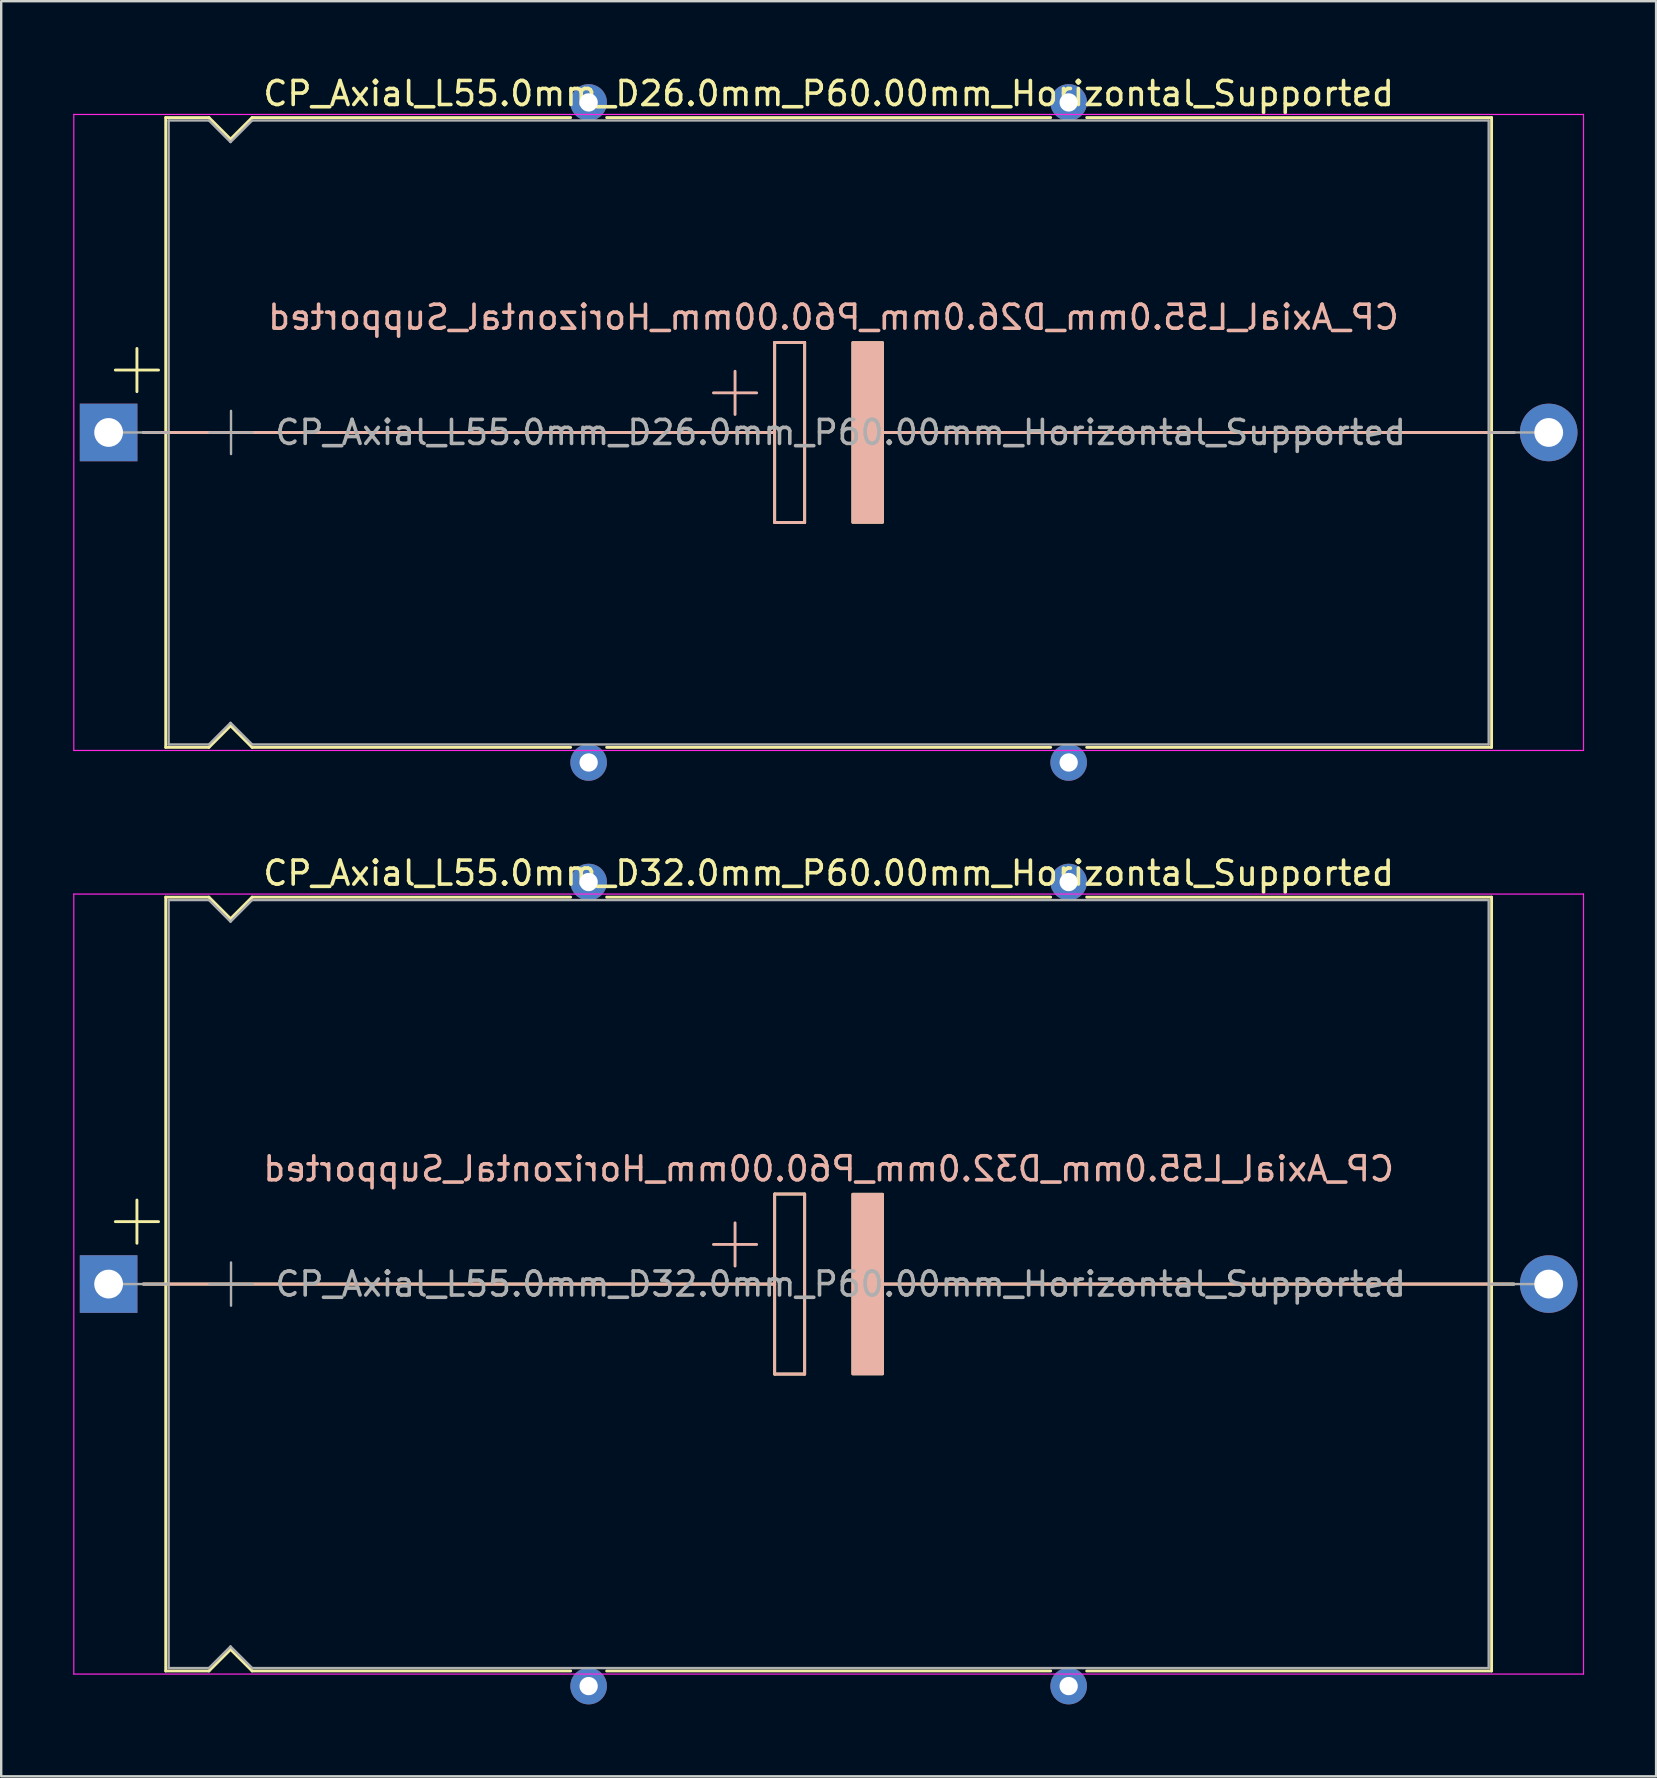
<source format=kicad_pcb>
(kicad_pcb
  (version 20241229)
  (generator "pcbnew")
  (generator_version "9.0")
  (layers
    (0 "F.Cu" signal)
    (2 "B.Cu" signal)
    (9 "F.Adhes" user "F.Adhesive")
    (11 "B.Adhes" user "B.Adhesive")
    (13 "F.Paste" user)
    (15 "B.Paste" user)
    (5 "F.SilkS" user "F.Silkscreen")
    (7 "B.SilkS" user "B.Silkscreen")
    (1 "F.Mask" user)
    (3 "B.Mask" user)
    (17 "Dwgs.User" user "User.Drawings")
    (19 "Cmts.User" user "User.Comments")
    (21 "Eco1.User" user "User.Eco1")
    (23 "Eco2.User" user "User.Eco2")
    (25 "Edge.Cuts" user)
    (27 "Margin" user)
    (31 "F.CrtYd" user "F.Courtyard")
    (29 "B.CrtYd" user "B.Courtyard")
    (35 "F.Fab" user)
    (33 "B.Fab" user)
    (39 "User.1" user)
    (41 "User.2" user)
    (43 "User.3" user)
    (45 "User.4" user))
  (footprint "CP_Axial_L55.0mm_D32.0mm_P60.00mm_Horizontal_Supported"
    (layer "F.Cu")
    (at 1.475 50.449)
    (property "Reference" "CP_Axial_L55.0mm_D32.0mm_P60.00mm_Horizontal_Supported" (at 30 -17.12 0) (layer "F.SilkS") (effects (font (size 1 1) (thickness 0.15))))
    (fp_line (start 0.28 -2.6) (end 2.08 -2.6) (stroke (width 0.12) (type solid)) (layer "F.SilkS"))
    (fp_line (start 1.18 -3.5) (end 1.18 -1.7) (stroke (width 0.12) (type solid)) (layer "F.SilkS"))
    (fp_line (start 1.44 0) (end 2.38 0) (stroke (width 0.12) (type solid)) (layer "F.SilkS"))
    (fp_line (start 2.38 -16.12) (end 2.38 16.12) (stroke (width 0.12) (type solid)) (layer "F.SilkS"))
    (fp_line (start 2.38 -16.12) (end 4.18 -16.12) (stroke (width 0.12) (type solid)) (layer "F.SilkS"))
    (fp_line (start 2.38 0) (end 27.75 0) (stroke (width 0.12) (type solid)) (layer "F.SilkS"))
    (fp_line (start 2.38 16.12) (end 4.18 16.12) (stroke (width 0.12) (type solid)) (layer "F.SilkS"))
    (fp_line (start 4.18 -16.12) (end 5.08 -15.22) (stroke (width 0.12) (type solid)) (layer "F.SilkS"))
    (fp_line (start 4.18 16.12) (end 5.08 15.22) (stroke (width 0.12) (type solid)) (layer "F.SilkS"))
    (fp_line (start 5.08 -15.22) (end 5.98 -16.12) (stroke (width 0.12) (type solid)) (layer "F.SilkS"))
    (fp_line (start 5.08 15.22) (end 5.98 16.12) (stroke (width 0.12) (type solid)) (layer "F.SilkS"))
    (fp_line (start 5.98 -16.12) (end 19.25 -16.12) (stroke (width 0.12) (type solid)) (layer "F.SilkS"))
    (fp_line (start 5.98 16.12) (end 19.25 16.12) (stroke (width 0.12) (type solid)) (layer "F.SilkS"))
    (fp_line (start 20.75 -16.12) (end 39.25 -16.12) (stroke (width 0.12) (type solid)) (layer "F.SilkS"))
    (fp_line (start 20.75 16.12) (end 39.25 16.12) (stroke (width 0.12) (type solid)) (layer "F.SilkS"))
    (fp_line (start 27.75 -3.75) (end 29 -3.75) (stroke (width 0.12) (type solid)) (layer "F.SilkS"))
    (fp_line (start 27.75 0) (end 27.75 -3.75) (stroke (width 0.12) (type solid)) (layer "F.SilkS"))
    (fp_line (start 27.75 3.75) (end 27.75 0) (stroke (width 0.12) (type solid)) (layer "F.SilkS"))
    (fp_line (start 29 -3.75) (end 29 3.75) (stroke (width 0.12) (type solid)) (layer "F.SilkS"))
    (fp_line (start 29 3.75) (end 27.75 3.75) (stroke (width 0.12) (type solid)) (layer "F.SilkS"))
    (fp_line (start 31.75 0) (end 57.62 0) (stroke (width 0.12) (type solid)) (layer "F.SilkS"))
    (fp_line (start 40.75 -16.12) (end 57.62 -16.12) (stroke (width 0.12) (type solid)) (layer "F.SilkS"))
    (fp_line (start 40.75 16.12) (end 57.62 16.12) (stroke (width 0.12) (type solid)) (layer "F.SilkS"))
    (fp_line (start 57.62 -16.12) (end 57.62 16.12) (stroke (width 0.12) (type solid)) (layer "F.SilkS"))
    (fp_line (start 58.56 0) (end 57.62 0) (stroke (width 0.12) (type solid)) (layer "F.SilkS"))
    (fp_poly (pts (xy 32.25 3.75) (xy 31 3.75) (xy 31 -3.75) (xy 32.25 -3.75)) (stroke (width 0.1) (type solid)) (fill yes) (layer "F.SilkS"))
    (fp_line (start 1.45 0) (end 20.88 0) (stroke (width 0.12) (type solid)) (layer "B.SilkS"))
    (fp_line (start 20.88 0) (end 27.75 0) (stroke (width 0.12) (type solid)) (layer "B.SilkS"))
    (fp_line (start 26.1 -2.55) (end 26.1 -0.75) (stroke (width 0.12) (type solid)) (layer "B.SilkS"))
    (fp_line (start 27 -1.65) (end 25.2 -1.65) (stroke (width 0.12) (type solid)) (layer "B.SilkS"))
    (fp_line (start 27.75 -3.75) (end 29 -3.75) (stroke (width 0.12) (type solid)) (layer "B.SilkS"))
    (fp_line (start 27.75 0) (end 27.75 -3.75) (stroke (width 0.12) (type solid)) (layer "B.SilkS"))
    (fp_line (start 27.75 3.75) (end 27.75 0) (stroke (width 0.12) (type solid)) (layer "B.SilkS"))
    (fp_line (start 29 -3.75) (end 29 3.75) (stroke (width 0.12) (type solid)) (layer "B.SilkS"))
    (fp_line (start 29 3.75) (end 27.75 3.75) (stroke (width 0.12) (type solid)) (layer "B.SilkS"))
    (fp_line (start 32.25 0) (end 39.12 0) (stroke (width 0.12) (type solid)) (layer "B.SilkS"))
    (fp_line (start 58.55 0) (end 39.12 0) (stroke (width 0.12) (type solid)) (layer "B.SilkS"))
    (fp_poly (pts (xy 32.25 3.75) (xy 31 3.75) (xy 31 -3.75) (xy 32.25 -3.75)) (stroke (width 0.1) (type solid)) (fill yes) (layer "B.SilkS"))
    (fp_line (start -1.45 -16.25) (end -1.45 16.25) (stroke (width 0.05) (type solid)) (layer "F.CrtYd"))
    (fp_line (start -1.45 16.25) (end 61.45 16.25) (stroke (width 0.05) (type solid)) (layer "F.CrtYd"))
    (fp_line (start 61.45 -16.25) (end -1.45 -16.25) (stroke (width 0.05) (type solid)) (layer "F.CrtYd"))
    (fp_line (start 61.45 16.25) (end 61.45 -16.25) (stroke (width 0.05) (type solid)) (layer "F.CrtYd"))
    (fp_line (start 0 0) (end 2.5 0) (stroke (width 0.1) (type solid)) (layer "F.Fab"))
    (fp_line (start 2.5 -16) (end 2.5 16) (stroke (width 0.1) (type solid)) (layer "F.Fab"))
    (fp_line (start 2.5 -16) (end 4.18 -16) (stroke (width 0.1) (type solid)) (layer "F.Fab"))
    (fp_line (start 2.5 16) (end 4.18 16) (stroke (width 0.1) (type solid)) (layer "F.Fab"))
    (fp_line (start 4.18 -16) (end 5.08 -15.1) (stroke (width 0.1) (type solid)) (layer "F.Fab"))
    (fp_line (start 4.18 16) (end 5.08 15.1) (stroke (width 0.1) (type solid)) (layer "F.Fab"))
    (fp_line (start 4.2 0) (end 6 0) (stroke (width 0.1) (type solid)) (layer "F.Fab"))
    (fp_line (start 5.08 -15.1) (end 5.98 -16) (stroke (width 0.1) (type solid)) (layer "F.Fab"))
    (fp_line (start 5.08 15.1) (end 5.98 16) (stroke (width 0.1) (type solid)) (layer "F.Fab"))
    (fp_line (start 5.1 -0.9) (end 5.1 0.9) (stroke (width 0.1) (type solid)) (layer "F.Fab"))
    (fp_line (start 5.98 -16) (end 57.5 -16) (stroke (width 0.1) (type solid)) (layer "F.Fab"))
    (fp_line (start 5.98 16) (end 57.5 16) (stroke (width 0.1) (type solid)) (layer "F.Fab"))
    (fp_line (start 57.5 -16) (end 57.5 16) (stroke (width 0.1) (type solid)) (layer "F.Fab"))
    (fp_line (start 60 0) (end 57.5 0) (stroke (width 0.1) (type solid)) (layer "F.Fab"))
    (fp_text user "${REFERENCE}" (at 30 -4.8 0) (layer "B.SilkS") (effects (font (size 1 1) (thickness 0.15)) (justify mirror)))
    (fp_text user "${REFERENCE}" (at 30.5 0 0) (layer "F.Fab") (effects (font (size 1 1) (thickness 0.15))))
    (pad "" thru_hole circle (at 20 -16.75) (size 1.524 1.524) (drill 0.762) (layers "*.Cu" "*.Mask"))
    (pad "" thru_hole circle (at 20 16.75) (size 1.524 1.524) (drill 0.762) (layers "*.Cu" "*.Mask"))
    (pad "" thru_hole circle (at 40 -16.75) (size 1.524 1.524) (drill 0.762) (layers "*.Cu" "*.Mask"))
    (pad "" thru_hole circle (at 40 16.75) (size 1.524 1.524) (drill 0.762) (layers "*.Cu" "*.Mask"))
    (pad "1" thru_hole rect (at 0 0) (size 2.4 2.4) (drill 1.2) (layers "*.Cu" "*.Mask"))
    (pad "2" thru_hole oval (at 60 0) (size 2.4 2.4) (drill 1.2) (layers "*.Cu" "*.Mask")))
  (footprint "CP_Axial_L55.0mm_D26.0mm_P60.00mm_Horizontal_Supported"
    (layer "F.Cu")
    (at 1.475 14.968)
    (property "Reference" "CP_Axial_L55.0mm_D26.0mm_P60.00mm_Horizontal_Supported" (at 30 -14.12 0) (layer "F.SilkS") (effects (font (size 1 1) (thickness 0.15))))
    (fp_line (start 0.28 -2.6) (end 2.08 -2.6) (stroke (width 0.12) (type solid)) (layer "F.SilkS"))
    (fp_line (start 1.18 -3.5) (end 1.18 -1.7) (stroke (width 0.12) (type solid)) (layer "F.SilkS"))
    (fp_line (start 1.44 0) (end 2.38 0) (stroke (width 0.12) (type solid)) (layer "F.SilkS"))
    (fp_line (start 2.38 -13.12) (end 2.38 13.12) (stroke (width 0.12) (type solid)) (layer "F.SilkS"))
    (fp_line (start 2.38 -13.12) (end 4.18 -13.12) (stroke (width 0.12) (type solid)) (layer "F.SilkS"))
    (fp_line (start 2.38 0) (end 27.75 0) (stroke (width 0.12) (type solid)) (layer "F.SilkS"))
    (fp_line (start 2.38 13.12) (end 4.18 13.12) (stroke (width 0.12) (type solid)) (layer "F.SilkS"))
    (fp_line (start 4.18 -13.12) (end 5.08 -12.22) (stroke (width 0.12) (type solid)) (layer "F.SilkS"))
    (fp_line (start 4.18 13.12) (end 5.08 12.22) (stroke (width 0.12) (type solid)) (layer "F.SilkS"))
    (fp_line (start 5.08 -12.22) (end 5.98 -13.12) (stroke (width 0.12) (type solid)) (layer "F.SilkS"))
    (fp_line (start 5.08 12.22) (end 5.98 13.12) (stroke (width 0.12) (type solid)) (layer "F.SilkS"))
    (fp_line (start 5.98 -13.12) (end 19.25 -13.12) (stroke (width 0.12) (type solid)) (layer "F.SilkS"))
    (fp_line (start 5.98 13.12) (end 19.25 13.12) (stroke (width 0.12) (type solid)) (layer "F.SilkS"))
    (fp_line (start 20.75 -13.12) (end 39.25 -13.12) (stroke (width 0.12) (type solid)) (layer "F.SilkS"))
    (fp_line (start 20.75 13.12) (end 39.25 13.12) (stroke (width 0.12) (type solid)) (layer "F.SilkS"))
    (fp_line (start 27.75 -3.75) (end 29 -3.75) (stroke (width 0.12) (type solid)) (layer "F.SilkS"))
    (fp_line (start 27.75 0) (end 27.75 -3.75) (stroke (width 0.12) (type solid)) (layer "F.SilkS"))
    (fp_line (start 27.75 3.75) (end 27.75 0) (stroke (width 0.12) (type solid)) (layer "F.SilkS"))
    (fp_line (start 29 -3.75) (end 29 3.75) (stroke (width 0.12) (type solid)) (layer "F.SilkS"))
    (fp_line (start 29 3.75) (end 27.75 3.75) (stroke (width 0.12) (type solid)) (layer "F.SilkS"))
    (fp_line (start 31.75 0) (end 57.62 0) (stroke (width 0.12) (type solid)) (layer "F.SilkS"))
    (fp_line (start 40.75 -13.12) (end 57.62 -13.12) (stroke (width 0.12) (type solid)) (layer "F.SilkS"))
    (fp_line (start 40.75 13.12) (end 57.62 13.12) (stroke (width 0.12) (type solid)) (layer "F.SilkS"))
    (fp_line (start 57.62 -13.12) (end 57.62 13.12) (stroke (width 0.12) (type solid)) (layer "F.SilkS"))
    (fp_line (start 58.56 0) (end 57.62 0) (stroke (width 0.12) (type solid)) (layer "F.SilkS"))
    (fp_poly (pts (xy 32.25 3.75) (xy 31 3.75) (xy 31 -3.75) (xy 32.25 -3.75)) (stroke (width 0.1) (type solid)) (fill yes) (layer "F.SilkS"))
    (fp_line (start 1.45 0) (end 20.88 0) (stroke (width 0.12) (type solid)) (layer "B.SilkS"))
    (fp_line (start 20.88 0) (end 27.75 0) (stroke (width 0.12) (type solid)) (layer "B.SilkS"))
    (fp_line (start 26.1 -2.55) (end 26.1 -0.75) (stroke (width 0.12) (type solid)) (layer "B.SilkS"))
    (fp_line (start 27 -1.65) (end 25.2 -1.65) (stroke (width 0.12) (type solid)) (layer "B.SilkS"))
    (fp_line (start 27.75 -3.75) (end 29 -3.75) (stroke (width 0.12) (type solid)) (layer "B.SilkS"))
    (fp_line (start 27.75 0) (end 27.75 -3.75) (stroke (width 0.12) (type solid)) (layer "B.SilkS"))
    (fp_line (start 27.75 3.75) (end 27.75 0) (stroke (width 0.12) (type solid)) (layer "B.SilkS"))
    (fp_line (start 29 -3.75) (end 29 3.75) (stroke (width 0.12) (type solid)) (layer "B.SilkS"))
    (fp_line (start 29 3.75) (end 27.75 3.75) (stroke (width 0.12) (type solid)) (layer "B.SilkS"))
    (fp_line (start 32.25 0) (end 39.12 0) (stroke (width 0.12) (type solid)) (layer "B.SilkS"))
    (fp_line (start 58.55 0) (end 39.12 0) (stroke (width 0.12) (type solid)) (layer "B.SilkS"))
    (fp_poly (pts (xy 32.25 3.75) (xy 31 3.75) (xy 31 -3.75) (xy 32.25 -3.75)) (stroke (width 0.1) (type solid)) (fill yes) (layer "B.SilkS"))
    (fp_line (start -1.45 -13.25) (end -1.45 13.25) (stroke (width 0.05) (type solid)) (layer "F.CrtYd"))
    (fp_line (start -1.45 13.25) (end 61.45 13.25) (stroke (width 0.05) (type solid)) (layer "F.CrtYd"))
    (fp_line (start 61.45 -13.25) (end -1.45 -13.25) (stroke (width 0.05) (type solid)) (layer "F.CrtYd"))
    (fp_line (start 61.45 13.25) (end 61.45 -13.25) (stroke (width 0.05) (type solid)) (layer "F.CrtYd"))
    (fp_line (start 0 0) (end 2.5 0) (stroke (width 0.1) (type solid)) (layer "F.Fab"))
    (fp_line (start 2.5 -13) (end 2.5 13) (stroke (width 0.1) (type solid)) (layer "F.Fab"))
    (fp_line (start 2.5 -13) (end 4.18 -13) (stroke (width 0.1) (type solid)) (layer "F.Fab"))
    (fp_line (start 2.5 13) (end 4.18 13) (stroke (width 0.1) (type solid)) (layer "F.Fab"))
    (fp_line (start 4.18 -13) (end 5.08 -12.1) (stroke (width 0.1) (type solid)) (layer "F.Fab"))
    (fp_line (start 4.18 13) (end 5.08 12.1) (stroke (width 0.1) (type solid)) (layer "F.Fab"))
    (fp_line (start 4.2 0) (end 6 0) (stroke (width 0.1) (type solid)) (layer "F.Fab"))
    (fp_line (start 5.08 -12.1) (end 5.98 -13) (stroke (width 0.1) (type solid)) (layer "F.Fab"))
    (fp_line (start 5.08 12.1) (end 5.98 13) (stroke (width 0.1) (type solid)) (layer "F.Fab"))
    (fp_line (start 5.1 -0.9) (end 5.1 0.9) (stroke (width 0.1) (type solid)) (layer "F.Fab"))
    (fp_line (start 5.98 -13) (end 57.5 -13) (stroke (width 0.1) (type solid)) (layer "F.Fab"))
    (fp_line (start 5.98 13) (end 57.5 13) (stroke (width 0.1) (type solid)) (layer "F.Fab"))
    (fp_line (start 57.5 -13) (end 57.5 13) (stroke (width 0.1) (type solid)) (layer "F.Fab"))
    (fp_line (start 60 0) (end 57.5 0) (stroke (width 0.1) (type solid)) (layer "F.Fab"))
    (fp_text user "${REFERENCE}" (at 30.2 -4.8 0) (layer "B.SilkS") (effects (font (size 1 1) (thickness 0.15)) (justify mirror)))
    (fp_text user "${REFERENCE}" (at 30.5 0 0) (layer "F.Fab") (effects (font (size 1 1) (thickness 0.15))))
    (pad "" thru_hole circle (at 20 -13.75) (size 1.524 1.524) (drill 0.762) (layers "*.Cu" "*.Mask"))
    (pad "" thru_hole circle (at 20 13.75) (size 1.524 1.524) (drill 0.762) (layers "*.Cu" "*.Mask"))
    (pad "" thru_hole circle (at 40 -13.75) (size 1.524 1.524) (drill 0.762) (layers "*.Cu" "*.Mask"))
    (pad "" thru_hole circle (at 40 13.75) (size 1.524 1.524) (drill 0.762) (layers "*.Cu" "*.Mask"))
    (pad "1" thru_hole rect (at 0 0) (size 2.4 2.4) (drill 1.2) (layers "*.Cu" "*.Mask"))
    (pad "2" thru_hole oval (at 60 0) (size 2.4 2.4) (drill 1.2) (layers "*.Cu" "*.Mask")))
  (gr_rect
    (start -3 -3)
    (end 65.95 70.96)
    (stroke (width 0.1) (type default))
    (fill no)
    (layer "Edge.Cuts")))
</source>
